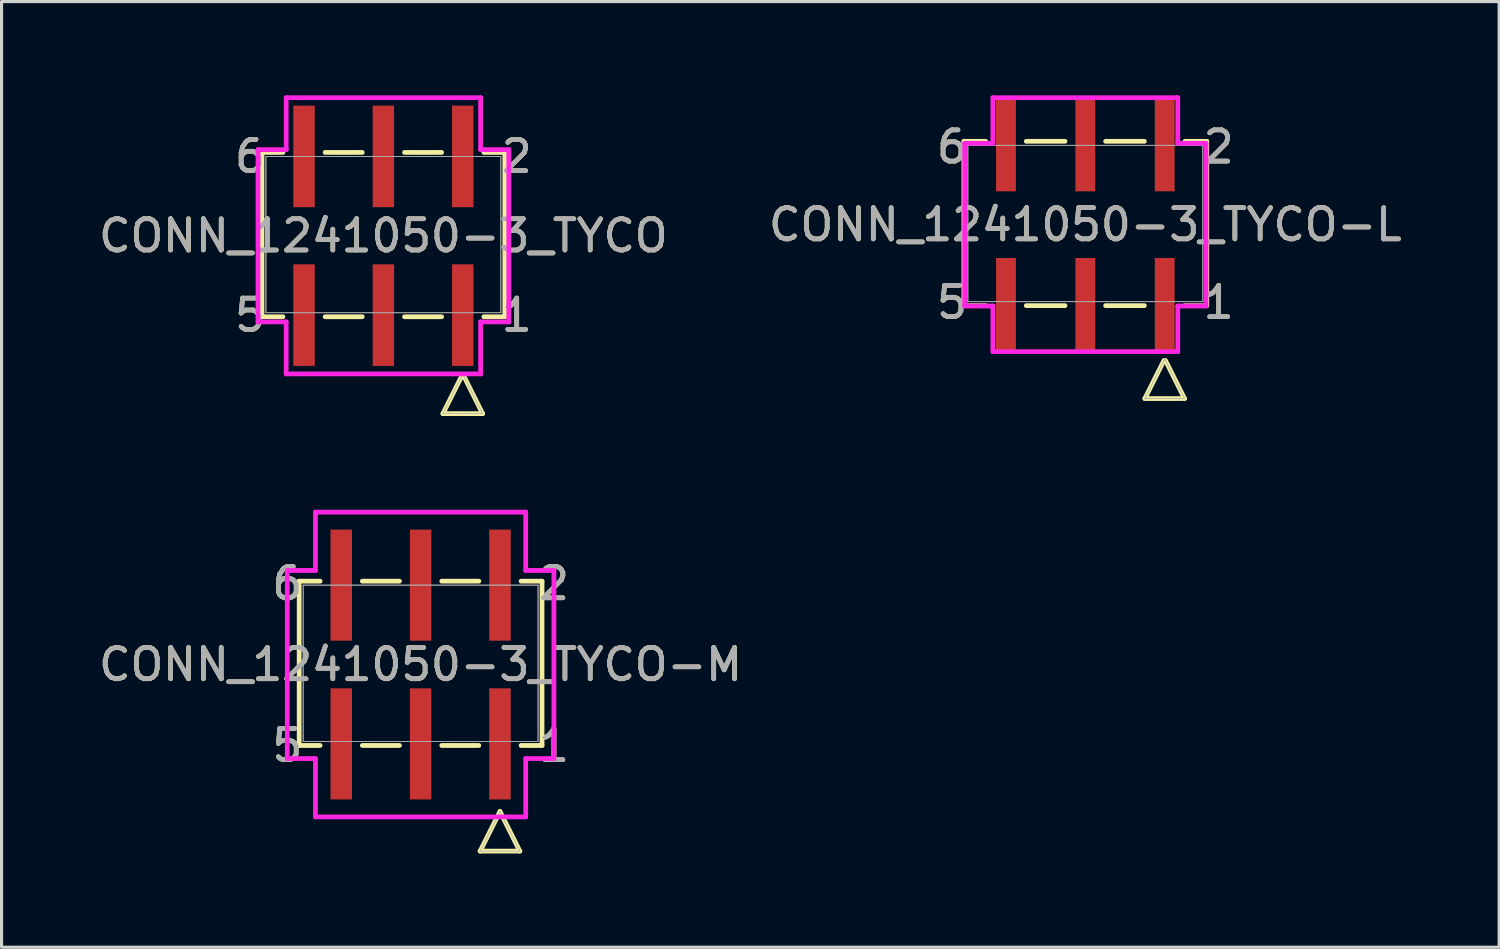
<source format=kicad_pcb>
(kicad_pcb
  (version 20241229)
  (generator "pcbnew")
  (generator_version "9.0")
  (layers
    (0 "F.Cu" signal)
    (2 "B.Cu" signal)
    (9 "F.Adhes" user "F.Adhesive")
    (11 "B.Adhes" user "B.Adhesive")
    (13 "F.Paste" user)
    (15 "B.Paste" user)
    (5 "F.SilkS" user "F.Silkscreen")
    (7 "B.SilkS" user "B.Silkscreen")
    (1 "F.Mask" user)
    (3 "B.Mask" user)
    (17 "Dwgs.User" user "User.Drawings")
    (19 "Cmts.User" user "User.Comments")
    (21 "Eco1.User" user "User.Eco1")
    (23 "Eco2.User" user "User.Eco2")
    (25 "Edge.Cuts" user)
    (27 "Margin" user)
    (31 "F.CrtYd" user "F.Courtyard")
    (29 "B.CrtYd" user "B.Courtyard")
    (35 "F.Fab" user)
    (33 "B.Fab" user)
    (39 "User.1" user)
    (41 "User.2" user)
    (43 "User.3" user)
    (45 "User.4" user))
  (footprint "CONN_1241050-3_TYCO-M"
    (layer "F.Cu")
    (at 10.411 18.217)
    (property "Reference" "CONN_1241050-3_TYCO-M" (at 0 0 0) (unlocked yes) (layer "F.SilkS") (effects (font (size 1 1) (thickness 0.15))))
    (attr smd)
    (fp_line (start -3.886 -2.667) (end -3.886 2.591) (stroke (width 0.152) (type solid)) (layer "F.SilkS"))
    (fp_line (start -3.886 2.591) (end -3.216 2.591) (stroke (width 0.152) (type solid)) (layer "F.SilkS"))
    (fp_line (start -3.216 -2.667) (end -3.886 -2.667) (stroke (width 0.152) (type solid)) (layer "F.SilkS"))
    (fp_line (start -1.864 2.591) (end -0.676 2.591) (stroke (width 0.152) (type solid)) (layer "F.SilkS"))
    (fp_line (start -0.676 -2.667) (end -1.864 -2.667) (stroke (width 0.152) (type solid)) (layer "F.SilkS"))
    (fp_line (start 0.676 2.591) (end 1.864 2.591) (stroke (width 0.152) (type solid)) (layer "F.SilkS"))
    (fp_line (start 1.864 -2.667) (end 0.676 -2.667) (stroke (width 0.152) (type solid)) (layer "F.SilkS"))
    (fp_line (start 1.905 5.972) (end 3.175 5.972) (stroke (width 0.152) (type solid)) (layer "F.SilkS"))
    (fp_line (start 2.54 4.702) (end 1.905 5.972) (stroke (width 0.152) (type solid)) (layer "F.SilkS"))
    (fp_line (start 3.175 5.972) (end 2.54 4.702) (stroke (width 0.152) (type solid)) (layer "F.SilkS"))
    (fp_line (start 3.216 2.591) (end 3.886 2.591) (stroke (width 0.152) (type solid)) (layer "F.SilkS"))
    (fp_line (start 3.886 -2.667) (end 3.216 -2.667) (stroke (width 0.152) (type solid)) (layer "F.SilkS"))
    (fp_line (start 3.886 2.591) (end 3.886 -2.667) (stroke (width 0.152) (type solid)) (layer "F.SilkS"))
    (fp_line (start -4.267 -3.01) (end -3.365 -3.01) (stroke (width 0.152) (type solid)) (layer "F.CrtYd"))
    (fp_line (start -4.267 3.01) (end -4.267 -3.01) (stroke (width 0.152) (type solid)) (layer "F.CrtYd"))
    (fp_line (start -3.365 -3.01) (end -3.365 -4.877) (stroke (width 0.152) (type solid)) (layer "F.CrtYd"))
    (fp_line (start -3.365 3.01) (end -4.267 3.01) (stroke (width 0.152) (type solid)) (layer "F.CrtYd"))
    (fp_line (start -3.365 4.877) (end -3.365 3.01) (stroke (width 0.152) (type solid)) (layer "F.CrtYd"))
    (fp_line (start -3.365 4.877) (end 3.365 4.877) (stroke (width 0.152) (type solid)) (layer "F.CrtYd"))
    (fp_line (start 3.365 -4.877) (end -3.365 -4.877) (stroke (width 0.152) (type solid)) (layer "F.CrtYd"))
    (fp_line (start 3.365 -4.877) (end 3.365 -3.01) (stroke (width 0.152) (type solid)) (layer "F.CrtYd"))
    (fp_line (start 3.365 -3.01) (end 4.267 -3.01) (stroke (width 0.152) (type solid)) (layer "F.CrtYd"))
    (fp_line (start 3.365 3.01) (end 3.365 4.877) (stroke (width 0.152) (type solid)) (layer "F.CrtYd"))
    (fp_line (start 4.267 -3.01) (end 4.267 3.01) (stroke (width 0.152) (type solid)) (layer "F.CrtYd"))
    (fp_line (start 4.267 3.01) (end 3.365 3.01) (stroke (width 0.152) (type solid)) (layer "F.CrtYd"))
    (fp_line (start -3.759 -2.54) (end -3.759 2.464) (stroke (width 0.025) (type solid)) (layer "F.Fab"))
    (fp_line (start -3.759 -2.54) (end -3.759 2.464) (stroke (width 0.025) (type solid)) (layer "F.Fab"))
    (fp_line (start -3.759 2.464) (end 3.759 2.464) (stroke (width 0.025) (type solid)) (layer "F.Fab"))
    (fp_line (start -3.759 2.464) (end 3.759 2.464) (stroke (width 0.025) (type solid)) (layer "F.Fab"))
    (fp_line (start 1.905 5.972) (end 3.175 5.972) (stroke (width 0.025) (type solid)) (layer "F.Fab"))
    (fp_line (start 2.54 4.702) (end 1.905 5.972) (stroke (width 0.025) (type solid)) (layer "F.Fab"))
    (fp_line (start 3.175 5.972) (end 2.54 4.702) (stroke (width 0.025) (type solid)) (layer "F.Fab"))
    (fp_line (start 3.759 -2.54) (end -3.759 -2.54) (stroke (width 0.025) (type solid)) (layer "F.Fab"))
    (fp_line (start 3.759 -2.54) (end -3.759 -2.54) (stroke (width 0.025) (type solid)) (layer "F.Fab"))
    (fp_line (start 3.759 2.464) (end 3.759 -2.54) (stroke (width 0.025) (type solid)) (layer "F.Fab"))
    (fp_line (start 3.759 2.464) (end 3.759 -2.54) (stroke (width 0.025) (type solid)) (layer "F.Fab"))
    (fp_text user "1" (at 4.267 2.591 0) (unlocked yes) (layer "F.SilkS") (effects (font (size 1 1) (thickness 0.15))))
    (fp_text user "2" (at 4.267 -2.591 0) (unlocked yes) (layer "F.SilkS") (effects (font (size 1 1) (thickness 0.15))))
    (fp_text user "5" (at -4.267 2.591 0) (unlocked yes) (layer "F.SilkS") (effects (font (size 1 1) (thickness 0.15))))
    (fp_text user "6" (at -4.267 -2.591 0) (unlocked yes) (layer "F.SilkS") (effects (font (size 1 1) (thickness 0.15))))
    (fp_text user "5" (at -4.267 2.591 0) (unlocked yes) (layer "F.Fab") (effects (font (size 1 1) (thickness 0.15))))
    (fp_text user "6" (at -4.267 -2.591 0) (unlocked yes) (layer "F.Fab") (effects (font (size 1 1) (thickness 0.15))))
    (fp_text user "1" (at 4.267 2.591 0) (unlocked yes) (layer "F.Fab") (effects (font (size 1 1) (thickness 0.15))))
    (fp_text user "2" (at 4.267 -2.591 0) (unlocked yes) (layer "F.Fab") (effects (font (size 1 1) (thickness 0.15))))
    (fp_text user "${REFERENCE}" (at 0 0 0) (unlocked yes) (layer "F.Fab") (effects (font (size 1 1) (thickness 0.15))))
    (pad "1" smd rect (at 2.54 2.54) (size 0.686 3.556) (layers "F.Cu" "F.Mask" "F.Paste"))
    (pad "2" smd rect (at 2.54 -2.54) (size 0.686 3.556) (layers "F.Cu" "F.Mask" "F.Paste"))
    (pad "3" smd rect (at 0 2.54) (size 0.686 3.556) (layers "F.Cu" "F.Mask" "F.Paste"))
    (pad "4" smd rect (at 0 -2.54) (size 0.686 3.556) (layers "F.Cu" "F.Mask" "F.Paste"))
    (pad "5" smd rect (at -2.54 2.54) (size 0.686 3.556) (layers "F.Cu" "F.Mask" "F.Paste"))
    (pad "6" smd rect (at -2.54 -2.54) (size 0.686 3.556) (layers "F.Cu" "F.Mask" "F.Paste")))
  (footprint "CONN_1241050-3_TYCO"
    (layer "F.Cu")
    (at 9.22 4.496)
    (property "Reference" "CONN_1241050-3_TYCO" (at 0 0 0) (unlocked yes) (layer "F.SilkS") (effects (font (size 1 1) (thickness 0.15))))
    (attr smd)
    (fp_line (start -3.886 -2.667) (end -3.886 2.591) (stroke (width 0.152) (type solid)) (layer "F.SilkS"))
    (fp_line (start -3.886 2.591) (end -3.216 2.591) (stroke (width 0.152) (type solid)) (layer "F.SilkS"))
    (fp_line (start -3.216 -2.667) (end -3.886 -2.667) (stroke (width 0.152) (type solid)) (layer "F.SilkS"))
    (fp_line (start -1.864 2.591) (end -0.676 2.591) (stroke (width 0.152) (type solid)) (layer "F.SilkS"))
    (fp_line (start -0.676 -2.667) (end -1.864 -2.667) (stroke (width 0.152) (type solid)) (layer "F.SilkS"))
    (fp_line (start 0.676 2.591) (end 1.864 2.591) (stroke (width 0.152) (type solid)) (layer "F.SilkS"))
    (fp_line (start 1.864 -2.667) (end 0.676 -2.667) (stroke (width 0.152) (type solid)) (layer "F.SilkS"))
    (fp_line (start 1.905 5.692) (end 3.175 5.692) (stroke (width 0.152) (type solid)) (layer "F.SilkS"))
    (fp_line (start 2.502 4.498) (end 1.905 5.692) (stroke (width 0.152) (type solid)) (layer "F.SilkS"))
    (fp_line (start 3.175 5.692) (end 2.578 4.498) (stroke (width 0.152) (type solid)) (layer "F.SilkS"))
    (fp_line (start 3.216 2.591) (end 3.886 2.591) (stroke (width 0.152) (type solid)) (layer "F.SilkS"))
    (fp_line (start 3.886 -2.667) (end 3.216 -2.667) (stroke (width 0.152) (type solid)) (layer "F.SilkS"))
    (fp_line (start 3.886 2.591) (end 3.886 -2.667) (stroke (width 0.152) (type solid)) (layer "F.SilkS"))
    (fp_line (start -4.013 -2.756) (end -3.111 -2.756) (stroke (width 0.152) (type solid)) (layer "F.CrtYd"))
    (fp_line (start -4.013 2.756) (end -4.013 -2.756) (stroke (width 0.152) (type solid)) (layer "F.CrtYd"))
    (fp_line (start -3.111 -2.756) (end -3.111 -4.42) (stroke (width 0.152) (type solid)) (layer "F.CrtYd"))
    (fp_line (start -3.111 2.756) (end -4.013 2.756) (stroke (width 0.152) (type solid)) (layer "F.CrtYd"))
    (fp_line (start -3.111 4.42) (end -3.111 2.756) (stroke (width 0.152) (type solid)) (layer "F.CrtYd"))
    (fp_line (start -3.111 4.42) (end 3.111 4.42) (stroke (width 0.152) (type solid)) (layer "F.CrtYd"))
    (fp_line (start 3.111 -4.42) (end -3.111 -4.42) (stroke (width 0.152) (type solid)) (layer "F.CrtYd"))
    (fp_line (start 3.111 -4.42) (end 3.111 -2.756) (stroke (width 0.152) (type solid)) (layer "F.CrtYd"))
    (fp_line (start 3.111 -2.756) (end 4.013 -2.756) (stroke (width 0.152) (type solid)) (layer "F.CrtYd"))
    (fp_line (start 3.111 2.756) (end 3.111 4.42) (stroke (width 0.152) (type solid)) (layer "F.CrtYd"))
    (fp_line (start 4.013 -2.756) (end 4.013 2.756) (stroke (width 0.152) (type solid)) (layer "F.CrtYd"))
    (fp_line (start 4.013 2.756) (end 3.111 2.756) (stroke (width 0.152) (type solid)) (layer "F.CrtYd"))
    (fp_line (start -3.759 -2.54) (end -3.759 2.464) (stroke (width 0.025) (type solid)) (layer "F.Fab"))
    (fp_line (start -3.759 -2.54) (end -3.759 2.464) (stroke (width 0.025) (type solid)) (layer "F.Fab"))
    (fp_line (start -3.759 2.464) (end 3.759 2.464) (stroke (width 0.025) (type solid)) (layer "F.Fab"))
    (fp_line (start -3.759 2.464) (end 3.759 2.464) (stroke (width 0.025) (type solid)) (layer "F.Fab"))
    (fp_line (start 1.905 5.692) (end 3.175 5.692) (stroke (width 0.025) (type solid)) (layer "F.Fab"))
    (fp_line (start 2.54 4.422) (end 1.905 5.692) (stroke (width 0.025) (type solid)) (layer "F.Fab"))
    (fp_line (start 3.175 5.692) (end 2.54 4.422) (stroke (width 0.025) (type solid)) (layer "F.Fab"))
    (fp_line (start 3.759 -2.54) (end -3.759 -2.54) (stroke (width 0.025) (type solid)) (layer "F.Fab"))
    (fp_line (start 3.759 -2.54) (end -3.759 -2.54) (stroke (width 0.025) (type solid)) (layer "F.Fab"))
    (fp_line (start 3.759 2.464) (end 3.759 -2.54) (stroke (width 0.025) (type solid)) (layer "F.Fab"))
    (fp_line (start 3.759 2.464) (end 3.759 -2.54) (stroke (width 0.025) (type solid)) (layer "F.Fab"))
    (fp_text user "2" (at 4.267 -2.54 0) (unlocked yes) (layer "F.SilkS") (effects (font (size 1 1) (thickness 0.15))))
    (fp_text user "5" (at -4.267 2.54 0) (unlocked yes) (layer "F.SilkS") (effects (font (size 1 1) (thickness 0.15))))
    (fp_text user "1" (at 4.267 2.54 0) (unlocked yes) (layer "F.SilkS") (effects (font (size 1 1) (thickness 0.15))))
    (fp_text user "6" (at -4.267 -2.54 0) (unlocked yes) (layer "F.SilkS") (effects (font (size 1 1) (thickness 0.15))))
    (fp_text user "1" (at 4.267 2.54 0) (unlocked yes) (layer "F.Fab") (effects (font (size 1 1) (thickness 0.15))))
    (fp_text user "${REFERENCE}" (at 0 0 0) (unlocked yes) (layer "F.Fab") (effects (font (size 1 1) (thickness 0.15))))
    (fp_text user "5" (at -4.267 2.54 0) (unlocked yes) (layer "F.Fab") (effects (font (size 1 1) (thickness 0.15))))
    (fp_text user "2" (at 4.267 -2.54 0) (unlocked yes) (layer "F.Fab") (effects (font (size 1 1) (thickness 0.15))))
    (fp_text user "6" (at -4.267 -2.54 0) (unlocked yes) (layer "F.Fab") (effects (font (size 1 1) (thickness 0.15))))
    (pad "1" smd rect (at 2.54 2.54) (size 0.686 3.251) (layers "F.Cu" "F.Mask" "F.Paste"))
    (pad "2" smd rect (at 2.54 -2.54) (size 0.686 3.251) (layers "F.Cu" "F.Mask" "F.Paste"))
    (pad "3" smd rect (at 0 2.54) (size 0.686 3.251) (layers "F.Cu" "F.Mask" "F.Paste"))
    (pad "4" smd rect (at 0 -2.54) (size 0.686 3.251) (layers "F.Cu" "F.Mask" "F.Paste"))
    (pad "5" smd rect (at -2.54 2.54) (size 0.686 3.251) (layers "F.Cu" "F.Mask" "F.Paste"))
    (pad "6" smd rect (at -2.54 -2.54) (size 0.686 3.251) (layers "F.Cu" "F.Mask" "F.Paste")))
  (footprint "CONN_1241050-3_TYCO-L"
    (layer "F.Cu")
    (at 31.685 4.14)
    (property "Reference" "CONN_1241050-3_TYCO-L" (at 0 0 0) (unlocked yes) (layer "F.SilkS") (effects (font (size 1 1) (thickness 0.15))))
    (attr smd)
    (fp_line (start -3.886 -2.667) (end -3.886 2.591) (stroke (width 0.152) (type solid)) (layer "F.SilkS"))
    (fp_line (start -3.886 2.591) (end -3.19 2.591) (stroke (width 0.152) (type solid)) (layer "F.SilkS"))
    (fp_line (start -3.19 -2.667) (end -3.886 -2.667) (stroke (width 0.152) (type solid)) (layer "F.SilkS"))
    (fp_line (start -1.89 2.591) (end -0.65 2.591) (stroke (width 0.152) (type solid)) (layer "F.SilkS"))
    (fp_line (start -0.65 -2.667) (end -1.89 -2.667) (stroke (width 0.152) (type solid)) (layer "F.SilkS"))
    (fp_line (start 0.65 2.591) (end 1.89 2.591) (stroke (width 0.152) (type solid)) (layer "F.SilkS"))
    (fp_line (start 1.89 -2.667) (end 0.65 -2.667) (stroke (width 0.152) (type solid)) (layer "F.SilkS"))
    (fp_line (start 1.905 5.565) (end 3.175 5.565) (stroke (width 0.152) (type solid)) (layer "F.SilkS"))
    (fp_line (start 2.515 4.346) (end 1.905 5.565) (stroke (width 0.152) (type solid)) (layer "F.SilkS"))
    (fp_line (start 3.175 5.565) (end 2.565 4.346) (stroke (width 0.152) (type solid)) (layer "F.SilkS"))
    (fp_line (start 3.19 2.591) (end 3.886 2.591) (stroke (width 0.152) (type solid)) (layer "F.SilkS"))
    (fp_line (start 3.886 -2.667) (end 3.19 -2.667) (stroke (width 0.152) (type solid)) (layer "F.SilkS"))
    (fp_line (start 3.886 2.591) (end 3.886 -2.667) (stroke (width 0.152) (type solid)) (layer "F.SilkS"))
    (fp_line (start -3.861 -2.603) (end -2.959 -2.603) (stroke (width 0.152) (type solid)) (layer "F.CrtYd"))
    (fp_line (start -3.861 2.603) (end -3.861 -2.603) (stroke (width 0.152) (type solid)) (layer "F.CrtYd"))
    (fp_line (start -2.959 -2.603) (end -2.959 -4.064) (stroke (width 0.152) (type solid)) (layer "F.CrtYd"))
    (fp_line (start -2.959 2.603) (end -3.861 2.603) (stroke (width 0.152) (type solid)) (layer "F.CrtYd"))
    (fp_line (start -2.959 4.064) (end -2.959 2.603) (stroke (width 0.152) (type solid)) (layer "F.CrtYd"))
    (fp_line (start -2.959 4.064) (end 2.959 4.064) (stroke (width 0.152) (type solid)) (layer "F.CrtYd"))
    (fp_line (start 2.959 -4.064) (end -2.959 -4.064) (stroke (width 0.152) (type solid)) (layer "F.CrtYd"))
    (fp_line (start 2.959 -4.064) (end 2.959 -2.603) (stroke (width 0.152) (type solid)) (layer "F.CrtYd"))
    (fp_line (start 2.959 -2.603) (end 3.861 -2.603) (stroke (width 0.152) (type solid)) (layer "F.CrtYd"))
    (fp_line (start 2.959 2.603) (end 2.959 4.064) (stroke (width 0.152) (type solid)) (layer "F.CrtYd"))
    (fp_line (start 3.861 -2.603) (end 3.861 2.603) (stroke (width 0.152) (type solid)) (layer "F.CrtYd"))
    (fp_line (start 3.861 2.603) (end 2.959 2.603) (stroke (width 0.152) (type solid)) (layer "F.CrtYd"))
    (fp_line (start -3.759 -2.54) (end -3.759 2.464) (stroke (width 0.025) (type solid)) (layer "F.Fab"))
    (fp_line (start -3.759 -2.54) (end -3.759 2.464) (stroke (width 0.025) (type solid)) (layer "F.Fab"))
    (fp_line (start -3.759 2.464) (end 3.759 2.464) (stroke (width 0.025) (type solid)) (layer "F.Fab"))
    (fp_line (start -3.759 2.464) (end 3.759 2.464) (stroke (width 0.025) (type solid)) (layer "F.Fab"))
    (fp_line (start 1.905 5.565) (end 3.175 5.565) (stroke (width 0.025) (type solid)) (layer "F.Fab"))
    (fp_line (start 2.54 4.295) (end 1.905 5.565) (stroke (width 0.025) (type solid)) (layer "F.Fab"))
    (fp_line (start 3.175 5.565) (end 2.54 4.295) (stroke (width 0.025) (type solid)) (layer "F.Fab"))
    (fp_line (start 3.759 -2.54) (end -3.759 -2.54) (stroke (width 0.025) (type solid)) (layer "F.Fab"))
    (fp_line (start 3.759 -2.54) (end -3.759 -2.54) (stroke (width 0.025) (type solid)) (layer "F.Fab"))
    (fp_line (start 3.759 2.464) (end 3.759 -2.54) (stroke (width 0.025) (type solid)) (layer "F.Fab"))
    (fp_line (start 3.759 2.464) (end 3.759 -2.54) (stroke (width 0.025) (type solid)) (layer "F.Fab"))
    (fp_text user "6" (at -4.267 -2.489 0) (unlocked yes) (layer "F.SilkS") (effects (font (size 1 1) (thickness 0.15))))
    (fp_text user "1" (at 4.267 2.489 0) (unlocked yes) (layer "F.SilkS") (effects (font (size 1 1) (thickness 0.15))))
    (fp_text user "5" (at -4.267 2.489 0) (unlocked yes) (layer "F.SilkS") (effects (font (size 1 1) (thickness 0.15))))
    (fp_text user "2" (at 4.267 -2.489 0) (unlocked yes) (layer "F.SilkS") (effects (font (size 1 1) (thickness 0.15))))
    (fp_text user "${REFERENCE}" (at 0 0 0) (unlocked yes) (layer "F.Fab") (effects (font (size 1 1) (thickness 0.15))))
    (fp_text user "6" (at -4.267 -2.489 0) (unlocked yes) (layer "F.Fab") (effects (font (size 1 1) (thickness 0.15))))
    (fp_text user "2" (at 4.267 -2.489 0) (unlocked yes) (layer "F.Fab") (effects (font (size 1 1) (thickness 0.15))))
    (fp_text user "5" (at -4.267 2.489 0) (unlocked yes) (layer "F.Fab") (effects (font (size 1 1) (thickness 0.15))))
    (fp_text user "1" (at 4.267 2.489 0) (unlocked yes) (layer "F.Fab") (effects (font (size 1 1) (thickness 0.15))))
    (pad "1" smd rect (at 2.54 2.54) (size 0.635 2.946) (layers "F.Cu" "F.Mask" "F.Paste"))
    (pad "2" smd rect (at 2.54 -2.54) (size 0.635 2.946) (layers "F.Cu" "F.Mask" "F.Paste"))
    (pad "3" smd rect (at 0 2.54) (size 0.635 2.946) (layers "F.Cu" "F.Mask" "F.Paste"))
    (pad "4" smd rect (at 0 -2.54) (size 0.635 2.946) (layers "F.Cu" "F.Mask" "F.Paste"))
    (pad "5" smd rect (at -2.54 2.54) (size 0.635 2.946) (layers "F.Cu" "F.Mask" "F.Paste"))
    (pad "6" smd rect (at -2.54 -2.54) (size 0.635 2.946) (layers "F.Cu" "F.Mask" "F.Paste")))
  (gr_rect
    (start -3 -3)
    (end 44.929 27.265)
    (stroke (width 0.1) (type default))
    (fill no)
    (layer "Edge.Cuts")))
</source>
